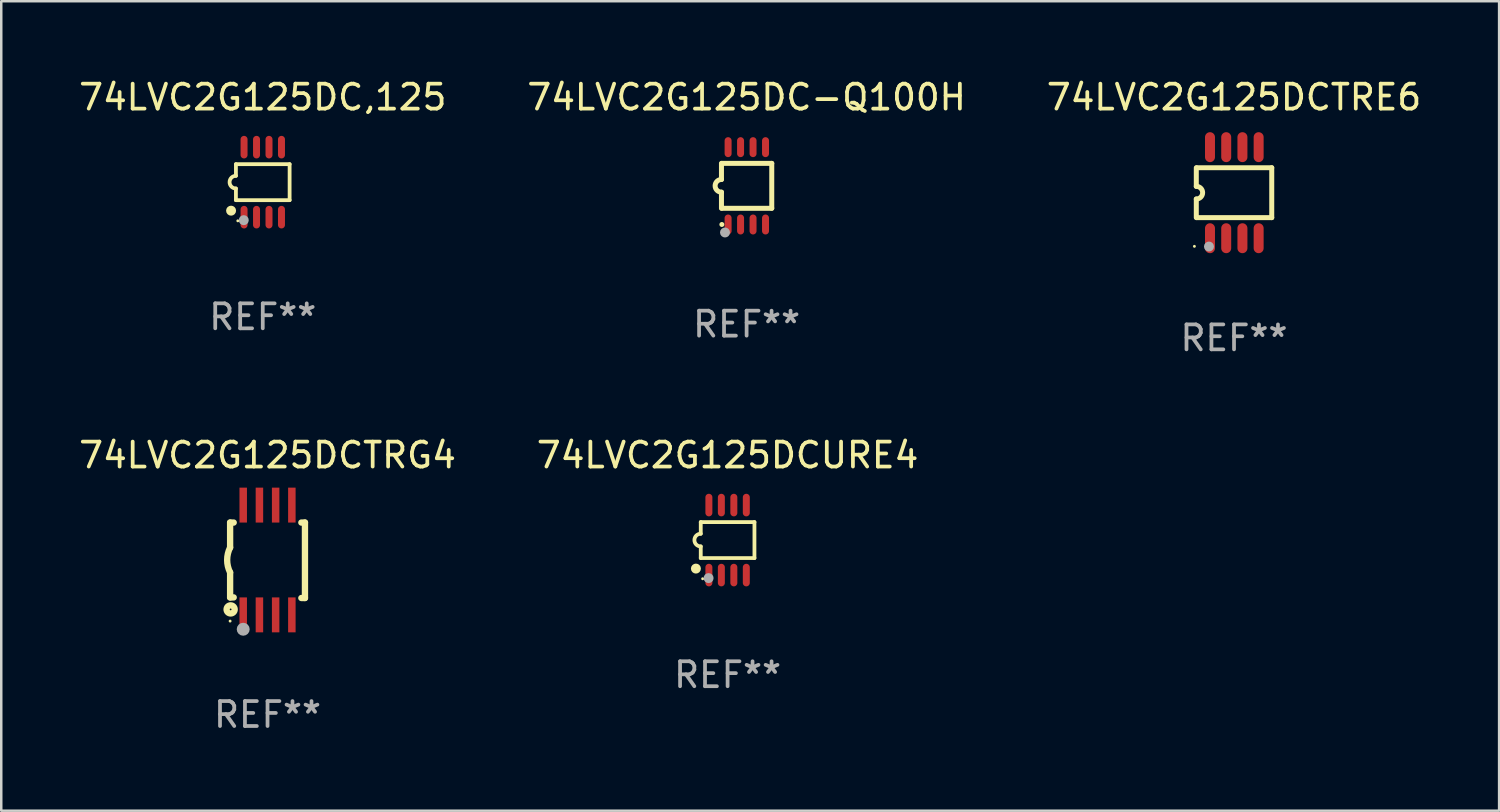
<source format=kicad_pcb>
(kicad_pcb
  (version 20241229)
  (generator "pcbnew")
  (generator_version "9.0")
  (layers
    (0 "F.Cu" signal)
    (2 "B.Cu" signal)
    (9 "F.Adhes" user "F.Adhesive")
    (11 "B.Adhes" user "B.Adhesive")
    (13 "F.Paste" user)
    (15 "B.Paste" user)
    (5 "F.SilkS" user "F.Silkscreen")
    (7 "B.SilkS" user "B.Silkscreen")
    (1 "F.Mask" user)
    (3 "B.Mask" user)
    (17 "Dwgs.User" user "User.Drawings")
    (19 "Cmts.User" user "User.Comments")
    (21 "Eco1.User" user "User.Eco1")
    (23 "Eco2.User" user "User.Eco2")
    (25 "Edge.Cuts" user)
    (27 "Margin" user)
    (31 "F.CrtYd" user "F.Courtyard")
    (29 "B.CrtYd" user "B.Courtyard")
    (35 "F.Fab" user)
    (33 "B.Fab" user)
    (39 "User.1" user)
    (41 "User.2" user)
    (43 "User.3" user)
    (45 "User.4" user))
  (footprint "74LVC2G125DC-Q100H"
    (layer "F.Cu")
    (at 26.875 4.398)
    (property "Reference" "74LVC2G125DC-Q100H" (at 0 -3.55 0) (layer "F.SilkS") (effects (font (size 1 1) (thickness 0.15))))
    (attr through_hole)
    (fp_line (start -1.008 -0.254) (end -1.008 -0.9) (stroke (width 0.2) (type solid)) (layer "F.SilkS"))
    (fp_line (start -1.008 0.254) (end -1.008 0.9) (stroke (width 0.2) (type solid)) (layer "F.SilkS"))
    (fp_line (start -0.992 0.9) (end 1.008 0.9) (stroke (width 0.2) (type solid)) (layer "F.SilkS"))
    (fp_line (start 1.008 -0.9) (end -0.992 -0.9) (stroke (width 0.2) (type solid)) (layer "F.SilkS"))
    (fp_line (start 1.008 0.9) (end 1.008 -0.9) (stroke (width 0.2) (type solid)) (layer "F.SilkS"))
    (fp_arc (start -1.008001 0.254001) (mid -1.262002 0) (end -1.008001 -0.254001) (stroke (width 0.2) (type solid)) (layer "F.SilkS"))
    (fp_circle (center -0.992 1.55) (end -0.942 1.55) (stroke (width 0.1) (type solid)) (fill no) (layer "F.SilkS"))
    (fp_circle (center -0.866 1.87) (end -0.766 1.87) (stroke (width 0.2) (type solid)) (fill no) (layer "F.Fab"))
    (fp_text user "REF**" (at 0 5.55 0) (layer "F.Fab") (effects (font (size 1 1) (thickness 0.15))))
    (pad "1" smd oval (at -0.742 1.55 270) (size 0.8 0.28) (layers "F.Cu" "F.Mask" "F.Paste"))
    (pad "2" smd oval (at -0.242 1.55 270) (size 0.8 0.28) (layers "F.Cu" "F.Mask" "F.Paste"))
    (pad "3" smd oval (at 0.258 1.55 270) (size 0.8 0.28) (layers "F.Cu" "F.Mask" "F.Paste"))
    (pad "4" smd oval (at 0.758 1.55 270) (size 0.8 0.28) (layers "F.Cu" "F.Mask" "F.Paste"))
    (pad "5" smd oval (at 0.758 -1.55 270) (size 0.8 0.28) (layers "F.Cu" "F.Mask" "F.Paste"))
    (pad "6" smd oval (at 0.258 -1.55 270) (size 0.8 0.28) (layers "F.Cu" "F.Mask" "F.Paste"))
    (pad "7" smd oval (at -0.242 -1.55 270) (size 0.8 0.28) (layers "F.Cu" "F.Mask" "F.Paste"))
    (pad "8" smd oval (at -0.742 -1.55 270) (size 0.8 0.28) (layers "F.Cu" "F.Mask" "F.Paste")))
  (footprint "74LVC2G125DC,125"
    (layer "F.Cu")
    (at 7.482 4.251)
    (property "Reference" "74LVC2G125DC,125" (at 0 -3.403 0) (layer "F.SilkS") (effects (font (size 1 1) (thickness 0.15))))
    (attr through_hole)
    (fp_line (start -1.076 -0.721) (end 1.076 -0.721) (stroke (width 0.152) (type solid)) (layer "F.SilkS"))
    (fp_line (start -1.076 -0.254) (end -1.076 -0.721) (stroke (width 0.152) (type solid)) (layer "F.SilkS"))
    (fp_line (start -1.076 0.254) (end -1.076 0.721) (stroke (width 0.152) (type solid)) (layer "F.SilkS"))
    (fp_line (start 1.076 -0.721) (end 1.076 0.721) (stroke (width 0.152) (type solid)) (layer "F.SilkS"))
    (fp_line (start 1.076 0.721) (end -1.076 0.721) (stroke (width 0.152) (type solid)) (layer "F.SilkS"))
    (fp_arc (start -1.076226 0.254051) (mid -1.330226 0.000051) (end -1.076226 -0.253949) (stroke (width 0.151994) (type solid)) (layer "F.SilkS"))
    (fp_circle (center -1.27 1.143) (end -1.17 1.143) (stroke (width 0.2) (type solid)) (fill no) (layer "F.SilkS"))
    (fp_circle (center -1 1.55) (end -0.97 1.55) (stroke (width 0.06) (type solid)) (fill no) (layer "F.SilkS"))
    (fp_circle (center -0.762 1.524) (end -0.662 1.524) (stroke (width 0.2) (type solid)) (fill no) (layer "F.Fab"))
    (fp_text user "REF**" (at 0 5.403 0) (layer "F.Fab") (effects (font (size 1 1) (thickness 0.15))))
    (pad "1" smd oval (at -0.75 1.403) (size 0.28 0.905) (layers "F.Cu" "F.Mask" "F.Paste"))
    (pad "2" smd oval (at -0.25 1.403) (size 0.28 0.905) (layers "F.Cu" "F.Mask" "F.Paste"))
    (pad "3" smd oval (at 0.25 1.403) (size 0.28 0.905) (layers "F.Cu" "F.Mask" "F.Paste"))
    (pad "4" smd oval (at 0.75 1.403) (size 0.28 0.905) (layers "F.Cu" "F.Mask" "F.Paste"))
    (pad "5" smd oval (at 0.75 -1.403) (size 0.28 0.905) (layers "F.Cu" "F.Mask" "F.Paste"))
    (pad "6" smd oval (at 0.25 -1.403) (size 0.28 0.905) (layers "F.Cu" "F.Mask" "F.Paste"))
    (pad "7" smd oval (at -0.25 -1.403) (size 0.28 0.905) (layers "F.Cu" "F.Mask" "F.Paste"))
    (pad "8" smd oval (at -0.75 -1.403) (size 0.28 0.905) (layers "F.Cu" "F.Mask" "F.Paste")))
  (footprint "74LVC2G125DCTRE6"
    (layer "F.Cu")
    (at 46.411 4.673)
    (property "Reference" "74LVC2G125DCTRE6" (at 0 -3.825 0) (layer "F.SilkS") (effects (font (size 1 1) (thickness 0.15))))
    (attr through_hole)
    (fp_line (start -1.512 -0.254) (end -1.512 -1) (stroke (width 0.2) (type solid)) (layer "F.SilkS"))
    (fp_line (start -1.512 0.254) (end -1.512 1) (stroke (width 0.2) (type solid)) (layer "F.SilkS"))
    (fp_line (start -1.488 -1) (end 1.512 -1) (stroke (width 0.2) (type solid)) (layer "F.SilkS"))
    (fp_line (start 1.512 -1) (end 1.512 1) (stroke (width 0.2) (type solid)) (layer "F.SilkS"))
    (fp_line (start 1.512 1) (end -1.488 1) (stroke (width 0.2) (type solid)) (layer "F.SilkS"))
    (fp_arc (start -1.512002 -0.254001) (mid -1.258001 0) (end -1.512002 0.254001) (stroke (width 0.2) (type solid)) (layer "F.SilkS"))
    (fp_circle (center -1.588 2.15) (end -1.558 2.15) (stroke (width 0.06) (type solid)) (fill no) (layer "F.SilkS"))
    (fp_circle (center -1.004 2.159) (end -0.904 2.159) (stroke (width 0.2) (type solid)) (fill no) (layer "F.Fab"))
    (fp_text user "REF**" (at 0 5.825 0) (layer "F.Fab") (effects (font (size 1 1) (thickness 0.15))))
    (pad "1" smd oval (at -0.963 1.825 270) (size 1.2 0.4) (layers "F.Cu" "F.Mask" "F.Paste"))
    (pad "2" smd oval (at -0.313 1.825 270) (size 1.2 0.4) (layers "F.Cu" "F.Mask" "F.Paste"))
    (pad "3" smd oval (at 0.337 1.825 270) (size 1.2 0.4) (layers "F.Cu" "F.Mask" "F.Paste"))
    (pad "4" smd oval (at 0.987 1.825 270) (size 1.2 0.4) (layers "F.Cu" "F.Mask" "F.Paste"))
    (pad "5" smd oval (at 0.987 -1.825 270) (size 1.2 0.4) (layers "F.Cu" "F.Mask" "F.Paste"))
    (pad "6" smd oval (at 0.337 -1.825 270) (size 1.2 0.4) (layers "F.Cu" "F.Mask" "F.Paste"))
    (pad "7" smd oval (at -0.313 -1.825 270) (size 1.2 0.4) (layers "F.Cu" "F.Mask" "F.Paste"))
    (pad "8" smd oval (at -0.963 -1.825 270) (size 1.2 0.4) (layers "F.Cu" "F.Mask" "F.Paste")))
  (footprint "74LVC2G125DCTRG4"
    (layer "F.Cu")
    (at 7.673 19.395)
    (property "Reference" "74LVC2G125DCTRG4" (at 0 -4.2 0) (layer "F.SilkS") (effects (font (size 1 1) (thickness 0.15))))
    (attr through_hole)
    (fp_line (start -1.5 -1.5) (end -1.5 -0.5) (stroke (width 0.254) (type solid)) (layer "F.SilkS"))
    (fp_line (start -1.5 -1.5) (end -1.356 -1.5) (stroke (width 0.254) (type solid)) (layer "F.SilkS"))
    (fp_line (start -1.5 1.5) (end -1.5 0.5) (stroke (width 0.254) (type solid)) (layer "F.SilkS"))
    (fp_line (start -1.5 1.5) (end -1.356 1.5) (stroke (width 0.254) (type solid)) (layer "F.SilkS"))
    (fp_line (start 1.356 -1.5) (end 1.5 -1.5) (stroke (width 0.254) (type solid)) (layer "F.SilkS"))
    (fp_line (start 1.5 -1.5) (end 1.5 1.524) (stroke (width 0.254) (type solid)) (layer "F.SilkS"))
    (fp_line (start 1.5 1.524) (end 1.356 1.524) (stroke (width 0.254) (type solid)) (layer "F.SilkS"))
    (fp_arc (start -1.500203 0.499137) (mid -1.618067 -0.000468) (end -1.5 -0.500025) (stroke (width 0.254001) (type solid)) (layer "F.SilkS"))
    (fp_circle (center -1.5 2.449) (end -1.47 2.449) (stroke (width 0.06) (type solid)) (fill no) (layer "F.SilkS"))
    (fp_circle (center -1.479 1.981) (end -1.444 1.981) (stroke (width 0.254) (type solid)) (fill no) (layer "F.SilkS"))
    (fp_circle (center -0.975 2.776) (end -0.845 2.776) (stroke (width 0.26) (type solid)) (fill no) (layer "F.Fab"))
    (fp_text user "REF**" (at 0 6.2 0) (layer "F.Fab") (effects (font (size 1 1) (thickness 0.15))))
    (pad "1" smd rect (at -0.975 2.2) (size 0.3 1.4) (layers "F.Cu" "F.Mask" "F.Paste"))
    (pad "2" smd rect (at -0.325 2.2) (size 0.3 1.4) (layers "F.Cu" "F.Mask" "F.Paste"))
    (pad "3" smd rect (at 0.325 2.2) (size 0.3 1.4) (layers "F.Cu" "F.Mask" "F.Paste"))
    (pad "4" smd rect (at 0.975 2.2) (size 0.3 1.4) (layers "F.Cu" "F.Mask" "F.Paste"))
    (pad "5" smd rect (at 0.975 -2.2) (size 0.3 1.4) (layers "F.Cu" "F.Mask" "F.Paste"))
    (pad "6" smd rect (at 0.325 -2.2) (size 0.3 1.4) (layers "F.Cu" "F.Mask" "F.Paste"))
    (pad "7" smd rect (at -0.325 -2.2) (size 0.3 1.4) (layers "F.Cu" "F.Mask" "F.Paste"))
    (pad "8" smd rect (at -0.975 -2.2) (size 0.3 1.4) (layers "F.Cu" "F.Mask" "F.Paste")))
  (footprint "74LVC2G125DCURE4"
    (layer "F.Cu")
    (at 26.113 18.597)
    (property "Reference" "74LVC2G125DCURE4" (at 0 -3.403 0) (layer "F.SilkS") (effects (font (size 1 1) (thickness 0.15))))
    (attr through_hole)
    (fp_line (start -1.076 -0.721) (end 1.076 -0.721) (stroke (width 0.152) (type solid)) (layer "F.SilkS"))
    (fp_line (start -1.076 -0.254) (end -1.076 -0.721) (stroke (width 0.152) (type solid)) (layer "F.SilkS"))
    (fp_line (start -1.076 0.254) (end -1.076 0.721) (stroke (width 0.152) (type solid)) (layer "F.SilkS"))
    (fp_line (start 1.076 -0.721) (end 1.076 0.721) (stroke (width 0.152) (type solid)) (layer "F.SilkS"))
    (fp_line (start 1.076 0.721) (end -1.076 0.721) (stroke (width 0.152) (type solid)) (layer "F.SilkS"))
    (fp_arc (start -1.076226 0.254051) (mid -1.330226 0.000051) (end -1.076226 -0.253949) (stroke (width 0.151994) (type solid)) (layer "F.SilkS"))
    (fp_circle (center -1.27 1.143) (end -1.17 1.143) (stroke (width 0.2) (type solid)) (fill no) (layer "F.SilkS"))
    (fp_circle (center -1 1.55) (end -0.97 1.55) (stroke (width 0.06) (type solid)) (fill no) (layer "F.SilkS"))
    (fp_circle (center -0.762 1.524) (end -0.662 1.524) (stroke (width 0.2) (type solid)) (fill no) (layer "F.Fab"))
    (fp_text user "REF**" (at 0 5.403 0) (layer "F.Fab") (effects (font (size 1 1) (thickness 0.15))))
    (pad "1" smd oval (at -0.75 1.403) (size 0.28 0.905) (layers "F.Cu" "F.Mask" "F.Paste"))
    (pad "2" smd oval (at -0.25 1.403) (size 0.28 0.905) (layers "F.Cu" "F.Mask" "F.Paste"))
    (pad "3" smd oval (at 0.25 1.403) (size 0.28 0.905) (layers "F.Cu" "F.Mask" "F.Paste"))
    (pad "4" smd oval (at 0.75 1.403) (size 0.28 0.905) (layers "F.Cu" "F.Mask" "F.Paste"))
    (pad "5" smd oval (at 0.75 -1.403) (size 0.28 0.905) (layers "F.Cu" "F.Mask" "F.Paste"))
    (pad "6" smd oval (at 0.25 -1.403) (size 0.28 0.905) (layers "F.Cu" "F.Mask" "F.Paste"))
    (pad "7" smd oval (at -0.25 -1.403) (size 0.28 0.905) (layers "F.Cu" "F.Mask" "F.Paste"))
    (pad "8" smd oval (at -0.75 -1.403) (size 0.28 0.905) (layers "F.Cu" "F.Mask" "F.Paste")))
  (gr_rect
    (start -3 -3)
    (end 57.036 29.443)
    (stroke (width 0.1) (type default))
    (fill no)
    (layer "Edge.Cuts")))
</source>
